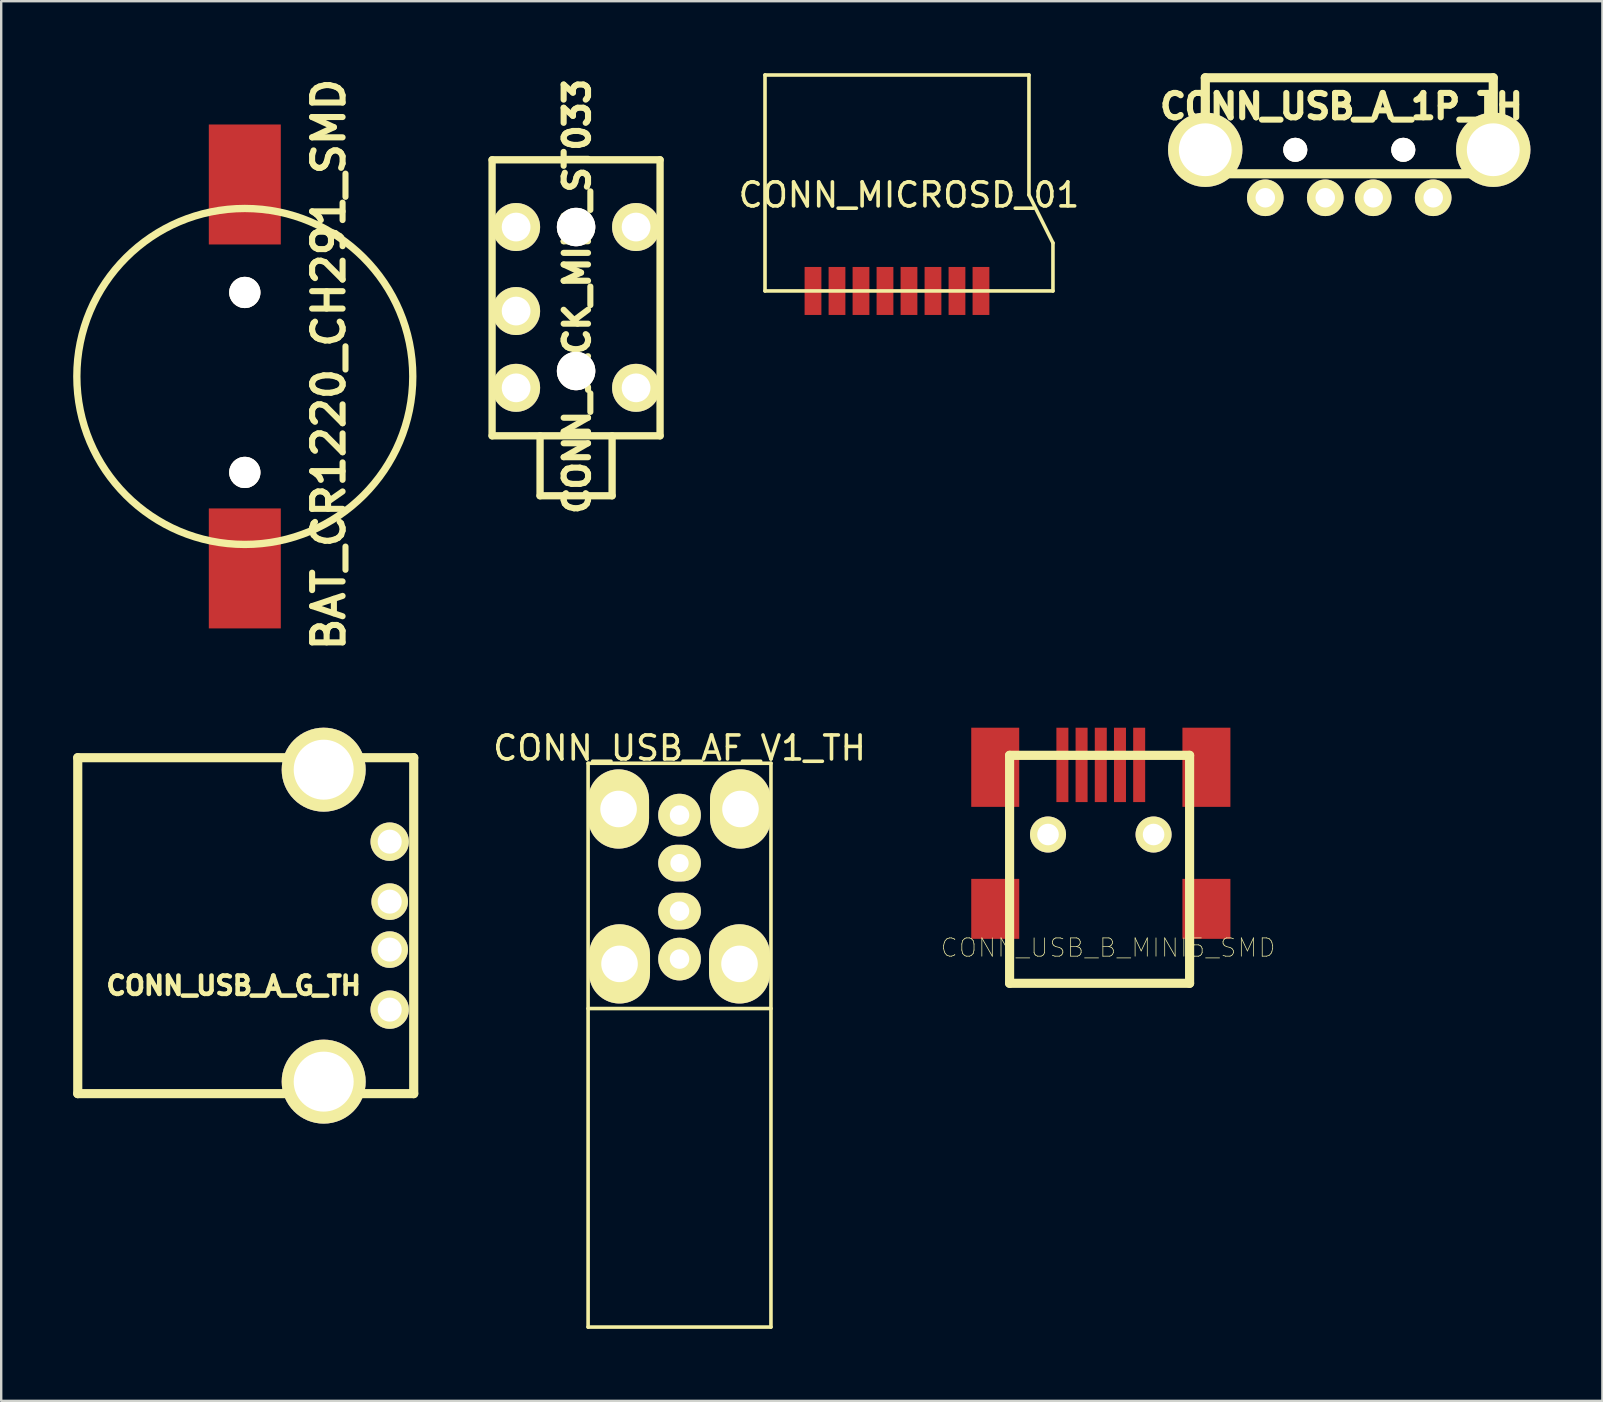
<source format=kicad_pcb>
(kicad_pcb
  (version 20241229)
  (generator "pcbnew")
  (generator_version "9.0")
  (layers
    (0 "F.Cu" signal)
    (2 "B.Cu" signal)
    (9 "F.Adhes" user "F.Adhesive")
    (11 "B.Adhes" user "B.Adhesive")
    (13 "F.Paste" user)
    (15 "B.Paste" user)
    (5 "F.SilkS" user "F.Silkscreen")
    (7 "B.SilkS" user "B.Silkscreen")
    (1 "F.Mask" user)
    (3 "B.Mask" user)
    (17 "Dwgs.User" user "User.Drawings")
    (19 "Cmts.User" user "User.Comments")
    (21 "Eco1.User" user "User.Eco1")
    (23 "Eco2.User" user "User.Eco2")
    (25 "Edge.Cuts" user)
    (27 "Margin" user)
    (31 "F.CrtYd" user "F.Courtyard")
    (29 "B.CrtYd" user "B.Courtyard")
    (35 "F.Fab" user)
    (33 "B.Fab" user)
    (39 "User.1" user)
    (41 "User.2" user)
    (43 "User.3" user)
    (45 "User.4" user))
  (footprint "CONN_USB_AF_V1_TH"
    (layer "F.Cu")
    (at 25.268 36.918)
    (property "Reference" "CONN_USB_AF_V1_TH" (at 0 -8.795 0) (layer "F.SilkS") (effects (font (size 1 1) (thickness 0.15))))
    (attr through_hole)
    (fp_line (start -3.81 -8.16) (end 3.81 -8.16) (stroke (width 0.15) (type solid)) (layer "F.SilkS"))
    (fp_line (start -3.81 15.335) (end -3.81 -8.16) (stroke (width 0.15) (type solid)) (layer "F.SilkS"))
    (fp_line (start 3.81 -8.16) (end 3.81 15.335) (stroke (width 0.15) (type solid)) (layer "F.SilkS"))
    (fp_line (start 3.81 2.06) (end -3.81 2.06) (stroke (width 0.15) (type solid)) (layer "F.SilkS"))
    (fp_line (start 3.81 15.335) (end -3.81 15.335) (stroke (width 0.15) (type solid)) (layer "F.SilkS"))
    (pad "1" thru_hole circle (at 0 0) (size 1.778 1.778) (drill 0.813) (layers "*.Cu" "*.Mask" "F.SilkS"))
    (pad "2" thru_hole oval (at 0 -2) (size 1.778 1.524) (drill 0.813) (layers "*.Cu" "*.Mask" "F.SilkS"))
    (pad "3" thru_hole oval (at 0 -4) (size 1.778 1.524) (drill 0.762) (layers "*.Cu" "*.Mask" "F.SilkS"))
    (pad "4" thru_hole circle (at 0 -6) (size 1.778 1.778) (drill 0.813) (layers "*.Cu" "*.Mask" "F.SilkS"))
    (pad "5" thru_hole oval (at -2.54 -6.255) (size 2.54 3.302) (drill 1.524) (layers "*.Cu" "*.Mask" "F.SilkS"))
    (pad "6" thru_hole oval (at 2.54 -6.255) (size 2.54 3.302) (drill 1.524) (layers "*.Cu" "*.Mask" "F.SilkS"))
    (pad "7" thru_hole oval (at -2.5 0.2) (size 2.54 3.302) (drill 1.524) (layers "*.Cu" "*.Mask" "F.SilkS"))
    (pad "8" thru_hole oval (at 2.5 0.2) (size 2.54 3.302) (drill 1.524) (layers "*.Cu" "*.Mask" "F.SilkS")))
  (footprint "CONN_MICROSD_01"
    (layer "F.Cu")
    (at 37.83 9.075)
    (property "Reference" "CONN_MICROSD_01" (at -3 -4 0) (layer "F.SilkS") (effects (font (size 1 1) (thickness 0.15))))
    (attr through_hole)
    (fp_line (start -9 -9) (end 2 -9) (stroke (width 0.15) (type solid)) (layer "F.SilkS"))
    (fp_line (start -9 0) (end -9 -9) (stroke (width 0.15) (type solid)) (layer "F.SilkS"))
    (fp_line (start 2 -9) (end 2 -4) (stroke (width 0.15) (type solid)) (layer "F.SilkS"))
    (fp_line (start 2 -4) (end 3 -2) (stroke (width 0.15) (type solid)) (layer "F.SilkS"))
    (fp_line (start 3 -2) (end 3 0) (stroke (width 0.15) (type solid)) (layer "F.SilkS"))
    (fp_line (start 3 0) (end -9 0) (stroke (width 0.15) (type solid)) (layer "F.SilkS"))
    (pad "1" smd rect (at 0 0) (size 0.7 2) (layers "F.Cu" "F.Mask" "F.Paste"))
    (pad "2" smd rect (at -1 0) (size 0.7 2) (layers "F.Cu" "F.Mask" "F.Paste"))
    (pad "3" smd rect (at -2 0) (size 0.7 2) (layers "F.Cu" "F.Mask" "F.Paste"))
    (pad "4" smd rect (at -3 0) (size 0.7 2) (layers "F.Cu" "F.Mask" "F.Paste"))
    (pad "5" smd rect (at -4 0) (size 0.7 2) (layers "F.Cu" "F.Mask" "F.Paste"))
    (pad "6" smd rect (at -5 0) (size 0.7 2) (layers "F.Cu" "F.Mask" "F.Paste"))
    (pad "7" smd rect (at -6 0) (size 0.7 2) (layers "F.Cu" "F.Mask" "F.Paste"))
    (pad "8" smd rect (at -7 0) (size 0.7 2) (layers "F.Cu" "F.Mask" "F.Paste")))
  (footprint "CONN_USB_A_1P_TH"
    (layer "F.Cu")
    (at 49.678 5.192)
    (property "Reference" "CONN_USB_A_1P_TH" (at 3.175 -3.81 0) (layer "F.SilkS") (effects (font (size 1.016 1.016) (thickness 0.254))))
    (attr through_hole)
    (fp_line (start -2.499 -5.001) (end -2.499 -1.001) (stroke (width 0.381) (type solid)) (layer "F.SilkS"))
    (fp_line (start -2.499 -1.001) (end 9.5 -1.001) (stroke (width 0.381) (type solid)) (layer "F.SilkS"))
    (fp_line (start 9.5 -5.001) (end -2.499 -5.001) (stroke (width 0.381) (type solid)) (layer "F.SilkS"))
    (fp_line (start 9.5 -1.001) (end 9.5 -5.001) (stroke (width 0.381) (type solid)) (layer "F.SilkS"))
    (pad "1" thru_hole circle (at 0 0) (size 1.524 1.524) (drill 0.813) (layers "*.Cu" "*.Mask" "F.SilkS"))
    (pad "2" thru_hole circle (at 2.499 0) (size 1.524 1.524) (drill 0.813) (layers "*.Cu" "*.Mask" "F.SilkS"))
    (pad "3" thru_hole circle (at 4.498 0) (size 1.524 1.524) (drill 0.813) (layers "*.Cu" "*.Mask" "F.SilkS"))
    (pad "4" thru_hole circle (at 6.998 0) (size 1.524 1.524) (drill 0.813) (layers "*.Cu" "*.Mask" "F.SilkS"))
    (pad "5" thru_hole circle (at -2.502 -2.002) (size 3.099 3.099) (drill 2.2) (layers "*.Cu" "*.Mask" "F.SilkS"))
    (pad "6" thru_hole circle (at 9.5 -2.002) (size 3.099 3.099) (drill 2.2) (layers "*.Cu" "*.Mask" "F.SilkS"))
    (pad "7" thru_hole circle (at 1.25 -1.999) (size 1.001 1.001) (drill 1.001) (layers "*.Cu" "*.Mask" "F.SilkS"))
    (pad "8" thru_hole circle (at 5.751 -1.999) (size 1.001 1.001) (drill 1.001) (layers "*.Cu" "*.Mask" "F.SilkS")))
  (footprint "CONN_USB_A_G_TH"
    (layer "F.Cu")
    (at 13.19 32.025)
    (property "Reference" "CONN_USB_A_G_TH" (at -6.5 5.999 0) (layer "F.SilkS") (effects (font (size 0.762 0.762) (thickness 0.191))))
    (attr through_hole)
    (fp_line (start -13 -3.5) (end -13 10.5) (stroke (width 0.381) (type solid)) (layer "F.SilkS"))
    (fp_line (start -13 10.5) (end 1.001 10.5) (stroke (width 0.381) (type solid)) (layer "F.SilkS"))
    (fp_line (start 1.001 -3.5) (end -13 -3.5) (stroke (width 0.381) (type solid)) (layer "F.SilkS"))
    (fp_line (start 1.001 10.5) (end 1.001 -3.5) (stroke (width 0.381) (type solid)) (layer "F.SilkS"))
    (pad "1" thru_hole circle (at 0 0) (size 1.6 1.6) (drill 1.001) (layers "*.Cu" "*.Mask" "F.SilkS"))
    (pad "2" thru_hole circle (at 0 2.499) (size 1.524 1.524) (drill 1.001) (layers "*.Cu" "*.Mask" "F.SilkS"))
    (pad "3" thru_hole circle (at 0 4.498) (size 1.524 1.524) (drill 1.001) (layers "*.Cu" "*.Mask" "F.SilkS"))
    (pad "4" thru_hole circle (at 0 7) (size 1.6 1.6) (drill 1.001) (layers "*.Cu" "*.Mask" "F.SilkS"))
    (pad "5" thru_hole circle (at -2.751 -3) (size 3.5 3.5) (drill 2.499) (layers "*.Cu" "*.Mask" "F.SilkS"))
    (pad "6" thru_hole circle (at -2.751 10) (size 3.5 3.5) (drill 2.499) (layers "*.Cu" "*.Mask" "F.SilkS")))
  (footprint "BAT_CR1220_CH291_SMD"
    (layer "F.Cu")
    (at 7.152 4.638)
    (property "Reference" "BAT_CR1220_CH291_SMD" (at 3.5 7.5 90) (layer "F.SilkS") (effects (font (size 1.27 1.27) (thickness 0.254))))
    (attr through_hole)
    (fp_circle (center 0 8) (end 7 8) (stroke (width 0.305) (type solid)) (fill no) (layer "F.SilkS"))
    (pad "1" smd rect (at 0 0) (size 3 5) (layers "F.Cu" "F.Mask" "F.Paste"))
    (pad "2" smd rect (at 0 16) (size 3 5) (layers "F.Cu" "F.Mask" "F.Paste"))
    (pad "3" thru_hole circle (at 0 12) (size 1.3 1.3) (drill 1.3) (layers "*.Cu" "*.Mask" "F.SilkS"))
    (pad "4" thru_hole circle (at 0 4.5) (size 1.3 1.3) (drill 1.3) (layers "*.Cu" "*.Mask" "F.SilkS")))
  (footprint "CONN_USB_B_MINI5_SMD"
    (layer "F.Cu")
    (at 41.223 28.826)
    (property "Reference" "CONN_USB_B_MINI5_SMD" (at 1.905 7.62 0) (layer "F.SilkS") (effects (font (size 0.762 0.762) (thickness 0.03))))
    (attr through_hole)
    (fp_line (start -2.2 -0.399) (end 5.301 -0.399) (stroke (width 0.381) (type solid)) (layer "F.SilkS"))
    (fp_line (start -2.2 9.101) (end -2.2 -0.399) (stroke (width 0.381) (type solid)) (layer "F.SilkS"))
    (fp_line (start 5.301 -0.399) (end 5.301 9.101) (stroke (width 0.381) (type solid)) (layer "F.SilkS"))
    (fp_line (start 5.301 9.101) (end -2.2 9.101) (stroke (width 0.381) (type solid)) (layer "F.SilkS"))
    (pad "" thru_hole circle (at -0.599 2.901) (size 1.501 1.501) (drill 0.899) (layers "F.SilkS"))
    (pad "" thru_hole circle (at 3.8 2.901) (size 1.501 1.501) (drill 0.899) (layers "F.SilkS"))
    (pad "1" smd rect (at 0 0) (size 0.5 3.099) (layers "F.Cu" "F.Mask" "F.Paste"))
    (pad "2" smd rect (at 0.8 0) (size 0.5 3.099) (layers "F.Cu" "F.Mask" "F.Paste"))
    (pad "3" smd rect (at 1.6 0) (size 0.5 3.099) (layers "F.Cu" "F.Mask" "F.Paste"))
    (pad "4" smd rect (at 2.4 0) (size 0.5 3.099) (layers "F.Cu" "F.Mask" "F.Paste"))
    (pad "5" smd rect (at 3.2 0) (size 0.5 3.099) (layers "F.Cu" "F.Mask" "F.Paste"))
    (pad "6" smd rect (at -2.799 0.099) (size 1.999 3.299) (layers "F.Cu" "F.Mask" "F.Paste"))
    (pad "7" smd rect (at 6.002 0.099) (size 1.999 3.299) (layers "F.Cu" "F.Mask" "F.Paste"))
    (pad "8" smd rect (at -2.799 5.999) (size 1.999 2.499) (layers "F.Cu" "F.Mask" "F.Paste"))
    (pad "9" smd rect (at 6.002 5.999) (size 1.999 2.499) (layers "F.Cu" "F.Mask" "F.Paste")))
  (footprint "CONN_JACK_MINI_ST033"
    (layer "F.Cu")
    (at 18.458 13.112)
    (property "Reference" "CONN_JACK_MINI_ST033" (at 2.54 -3.81 90) (layer "F.SilkS") (effects (font (size 1.016 1.016) (thickness 0.254))))
    (attr through_hole)
    (fp_line (start -1.001 -9.502) (end -1.001 1.999) (stroke (width 0.305) (type solid)) (layer "F.SilkS"))
    (fp_line (start -1.001 1.999) (end 5.999 1.999) (stroke (width 0.305) (type solid)) (layer "F.SilkS"))
    (fp_line (start 0.998 1.999) (end 0.998 4.498) (stroke (width 0.305) (type solid)) (layer "F.SilkS"))
    (fp_line (start 0.998 4.498) (end 4 4.498) (stroke (width 0.305) (type solid)) (layer "F.SilkS"))
    (fp_line (start 4 4.498) (end 4 1.999) (stroke (width 0.305) (type solid)) (layer "F.SilkS"))
    (fp_line (start 5.999 -9.502) (end -1.001 -9.502) (stroke (width 0.305) (type solid)) (layer "F.SilkS"))
    (fp_line (start 5.999 1.999) (end 5.999 -9.502) (stroke (width 0.305) (type solid)) (layer "F.SilkS"))
    (pad "1" thru_hole circle (at 0 0) (size 1.999 1.999) (drill 1.199) (layers "*.Cu" "*.Mask" "F.SilkS"))
    (pad "2" thru_hole circle (at 4.999 0) (size 1.999 1.999) (drill 1.199) (layers "*.Cu" "*.Mask" "F.SilkS"))
    (pad "3" thru_hole circle (at 0 -3.2) (size 1.999 1.999) (drill 1.199) (layers "*.Cu" "*.Mask" "F.SilkS"))
    (pad "4" thru_hole circle (at 0 -6.701) (size 1.999 1.999) (drill 1.199) (layers "*.Cu" "*.Mask" "F.SilkS"))
    (pad "5" thru_hole circle (at 4.999 -6.701) (size 1.999 1.999) (drill 1.199) (layers "*.Cu" "*.Mask" "F.SilkS"))
    (pad "7" thru_hole circle (at 2.499 -0.701) (size 1.6 1.6) (drill 1.6) (layers "*.Cu" "*.Mask" "F.SilkS"))
    (pad "8" thru_hole circle (at 2.499 -6.701) (size 1.6 1.6) (drill 1.6) (layers "*.Cu" "*.Mask" "F.SilkS")))
  (gr_rect
    (start -3 -3)
    (end 63.727 55.328)
    (stroke (width 0.1) (type default))
    (fill no)
    (layer "Edge.Cuts")))
</source>
